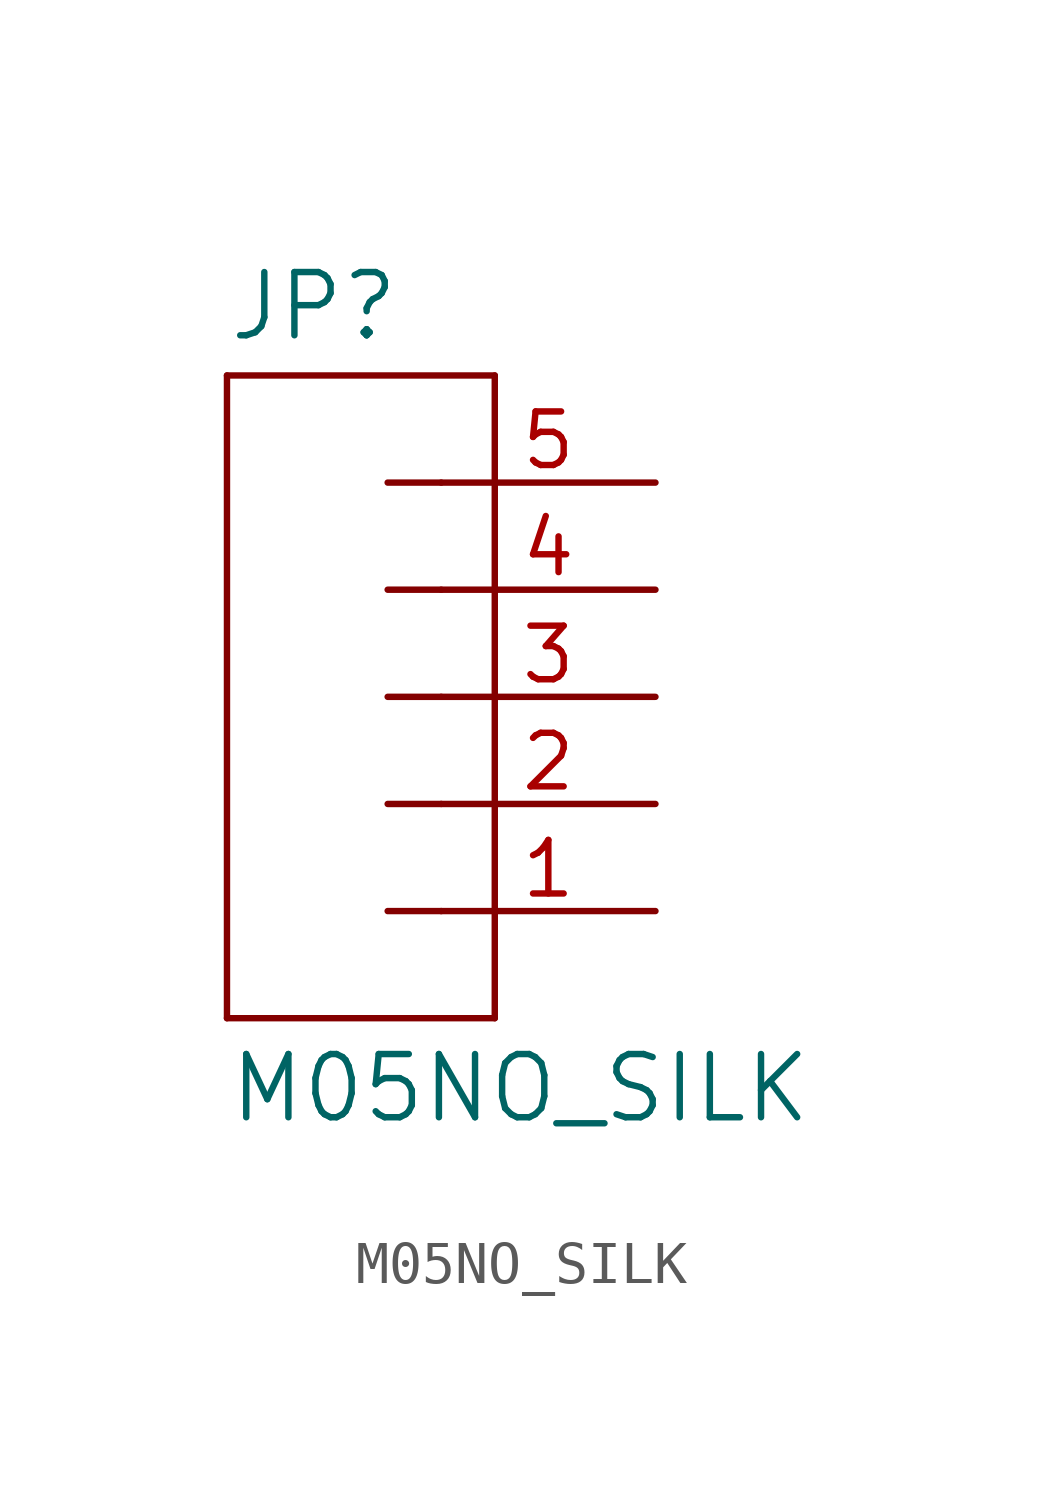
<source format=kicad_sym>
(kicad_symbol_lib
  (version 20211014)
  (generator kicad_symbol_editor)
  (symbol "M05NO_SILK"
    (pin_names
      (offset 1.016))
    (property "Reference" "JP"
      (at -2.54 8.382 0)
      (effects (font (size 1.499 1.499)) (justify left bottom)))
    (property "Value" "M05NO_SILK"
      (at -2.54 -10.16 0)
      (effects (font (size 1.499 1.499)) (justify left bottom)))
    (property "ki_locked" ""
      (at 0 0 0)
      (effects (font (size 1.27 1.27))))
    (symbol "M05NO_SILK_1_0"
      (polyline (pts (xy -2.54 7.62) (xy -2.54 -7.62)) (stroke (width 0) (type default) (color 0 0 0 0)) (fill (type none)))
      (polyline (pts (xy -2.54 7.62) (xy 3.81 7.62)) (stroke (width 0) (type default) (color 0 0 0 0)) (fill (type none)))
      (polyline (pts (xy 1.27 -5.08) (xy 2.54 -5.08)) (stroke (width 0) (type default) (color 0 0 0 0)) (fill (type none)))
      (polyline (pts (xy 1.27 -2.54) (xy 2.54 -2.54)) (stroke (width 0) (type default) (color 0 0 0 0)) (fill (type none)))
      (polyline (pts (xy 1.27 0) (xy 2.54 0)) (stroke (width 0) (type default) (color 0 0 0 0)) (fill (type none)))
      (polyline (pts (xy 1.27 2.54) (xy 2.54 2.54)) (stroke (width 0) (type default) (color 0 0 0 0)) (fill (type none)))
      (polyline (pts (xy 1.27 5.08) (xy 2.54 5.08)) (stroke (width 0) (type default) (color 0 0 0 0)) (fill (type none)))
      (polyline (pts (xy 3.81 -7.62) (xy -2.54 -7.62)) (stroke (width 0) (type default) (color 0 0 0 0)) (fill (type none)))
      (polyline (pts (xy 3.81 -7.62) (xy 3.81 7.62)) (stroke (width 0) (type default) (color 0 0 0 0)) (fill (type none)))
      (pin passive line (at 7.62 -5.08 180) (length 5.08) (name "1" (effects (font (size 0 0)))) (number "1" (effects (font (size 1.27 1.27)))))
      (pin passive line (at 7.62 -2.54 180) (length 5.08) (name "2" (effects (font (size 0 0)))) (number "2" (effects (font (size 1.27 1.27)))))
      (pin passive line (at 7.62 0 180) (length 5.08) (name "3" (effects (font (size 0 0)))) (number "3" (effects (font (size 1.27 1.27)))))
      (pin passive line (at 7.62 2.54 180) (length 5.08) (name "4" (effects (font (size 0 0)))) (number "4" (effects (font (size 1.27 1.27)))))
      (pin passive line (at 7.62 5.08 180) (length 5.08) (name "5" (effects (font (size 0 0)))) (number "5" (effects (font (size 1.27 1.27))))))))
</source>
